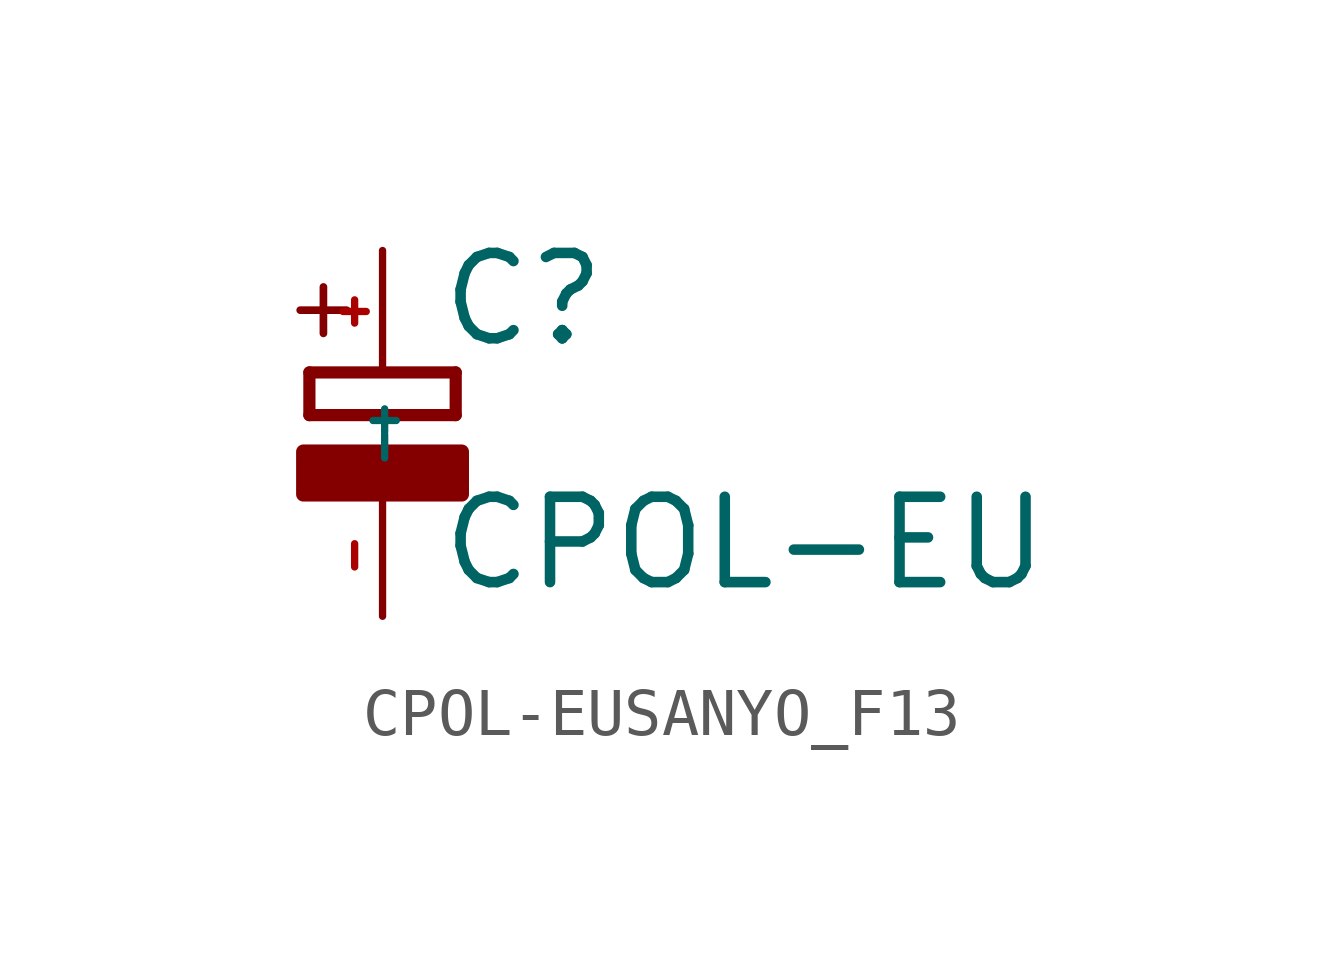
<source format=kicad_sym>
(kicad_symbol_lib
  (version 20220914)
  (generator Eagle2Kicad)
  (symbol "CPOL-EUSANYO_F13"
    (property "Reference" "C"
      (at 1.143 0.483 0)
      (effects (font (size 1.778 1.778) (thickness 0.22)) (justify left bottom)))
    (property "Value" "CPOL-EU"
      (at 1.143 -4.597 0)
      (effects (font (size 1.778 1.778) (thickness 0.22)) (justify left bottom)))
    (polyline
      (pts (xy -1.524 -0.889) (xy 1.524 -0.889))
      (stroke (width 0.254) (type default))
      (fill (type none)))
    (polyline
      (pts (xy 1.524 -0.889) (xy 1.524 0))
      (stroke (width 0.254) (type default))
      (fill (type none)))
    (polyline
      (pts (xy -1.524 0) (xy -1.524 -0.889))
      (stroke (width 0.254) (type default))
      (fill (type none)))
    (polyline
      (pts (xy -1.524 0) (xy 1.524 0))
      (stroke (width 0.254) (type default))
      (fill (type none)))
    (text "+"
      (at -0.584 0.406 900)
      (effects (font (size 1.27 1.27) (thickness 0.16)) (justify left bottom)))
    (rectangle
      (start -1.651 -2.54)
      (end 1.651 -1.651)
      (stroke (width 0.3) (type default))
      (fill (type outline)))
    (pin passive line
      (at 0 -5.08 90)
      (length 2.54)
      (name "-" (effects (font (size 0.635 0.635) (thickness 0.08)) (justify left bottom)))
      (number "-" (effects (font (size 0.635 0.635) (thickness 0.08)) (justify left bottom))))
    (pin passive line
      (at 0 2.54 270)
      (length 2.54)
      (name "+" (effects (font (size 0.635 0.635) (thickness 0.08)) (justify left bottom)))
      (number "+" (effects (font (size 0.635 0.635) (thickness 0.08)) (justify left bottom))))))
</source>
